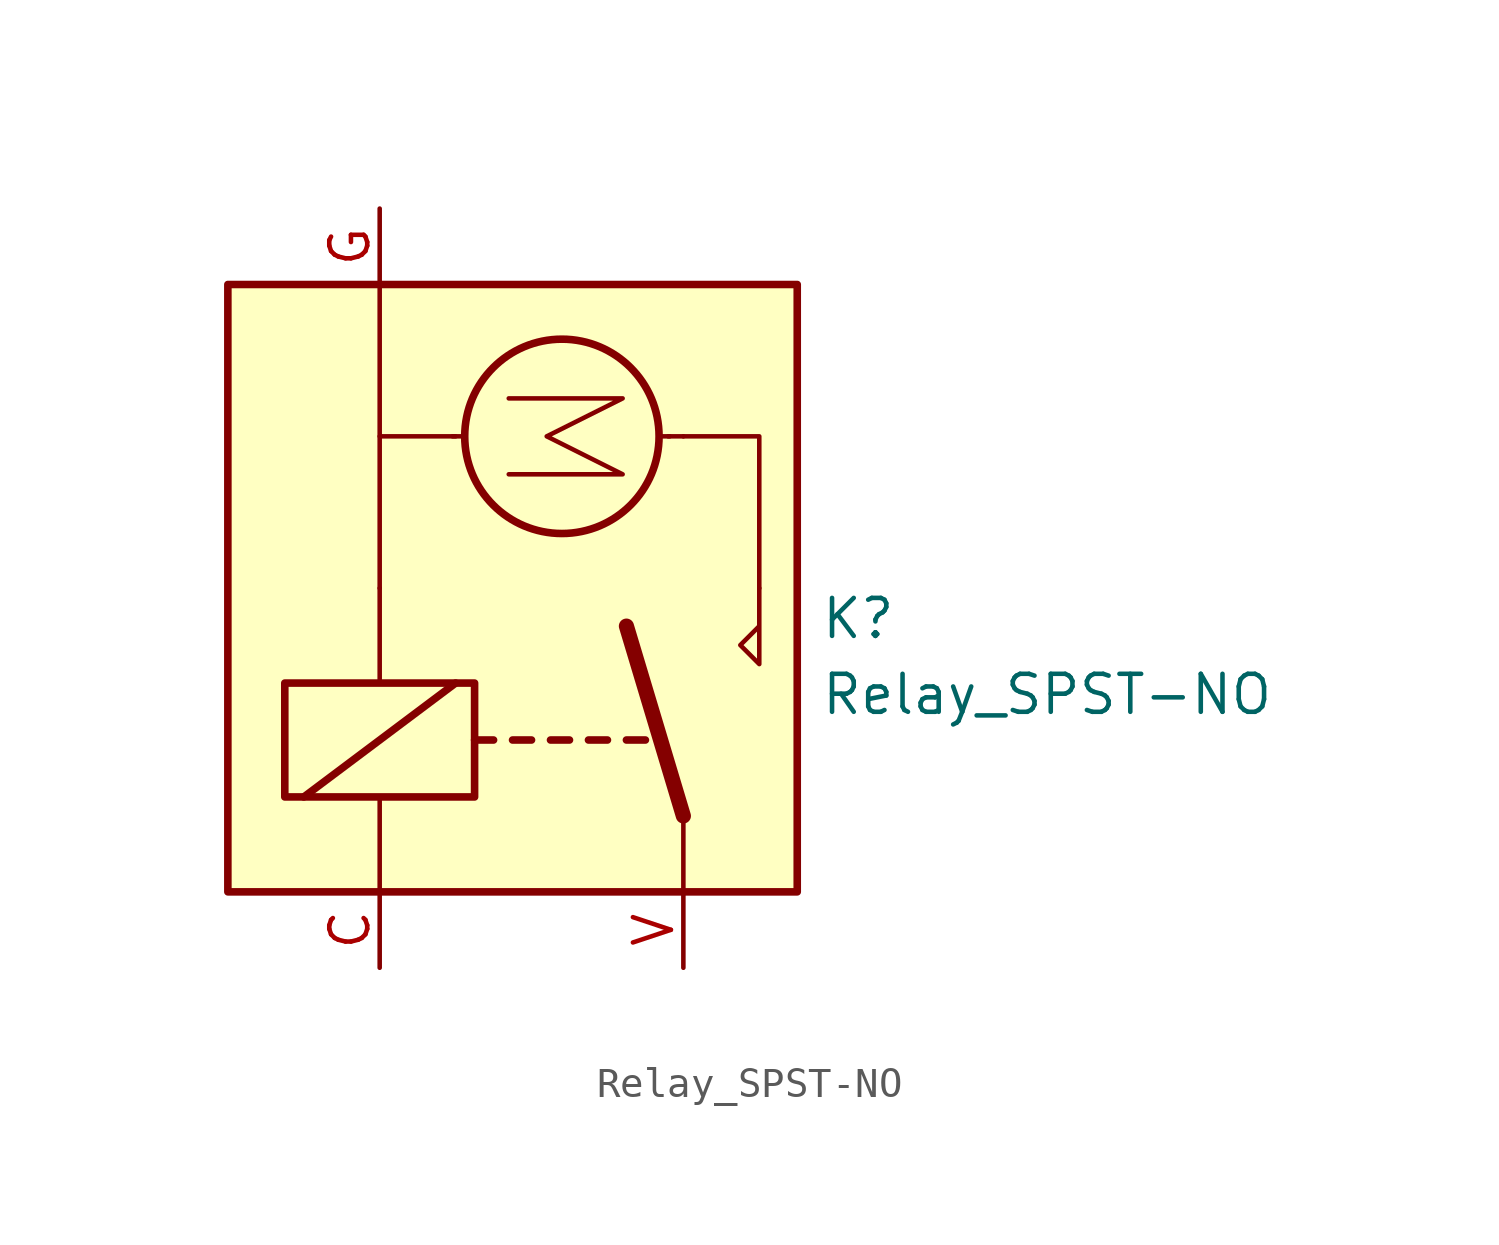
<source format=kicad_sym>
(kicad_symbol_lib
  (version 20241209)
  (generator "kicad_symbol_editor")
  (generator_version "9.0")
  (symbol "Relay_SPST-NO"
    (property "Reference" "K"
      (at 9.652 4.064 0)
      (effects (font (size 1.27 1.27)) (justify left)))
    (property "Value" "Relay_SPST-NO"
      (at 9.652 1.524 0)
      (effects (font (size 1.27 1.27)) (justify left)))
    (symbol "Relay_SPST-NO_0_0"
      (polyline (pts (xy -0.762 11.43) (xy 3.048 11.43) (xy 0.508 10.16) (xy 3.048 8.89) (xy -0.762 8.89)) (stroke (width 0) (type default)) (fill (type none)))
      (polyline (pts (xy 7.62 5.08) (xy 7.62 2.54) (xy 6.985 3.175) (xy 7.62 3.81)) (stroke (width 0) (type default)) (fill (type none))))
    (symbol "Relay_SPST-NO_0_1"
      (rectangle (start -10.16 15.24) (end 8.89 -5.08) (stroke (width 0.254) (type default)) (fill (type background)))
      (rectangle (start -8.255 1.905) (end -1.905 -1.905) (stroke (width 0.254) (type default)) (fill (type none)))
      (polyline (pts (xy -7.62 -1.905) (xy -2.54 1.905)) (stroke (width 0.254) (type default)) (fill (type none)))
      (polyline (pts (xy -5.08 5.08) (xy -5.08 15.24)) (stroke (width 0) (type default)) (fill (type none)))
      (polyline (pts (xy -5.08 5.08) (xy -5.08 1.905)) (stroke (width 0) (type default)) (fill (type none)))
      (polyline (pts (xy -5.08 -5.08) (xy -5.08 -1.905)) (stroke (width 0) (type default)) (fill (type none)))
      (polyline (pts (xy -2.54 10.16) (xy -5.08 10.16)) (stroke (width 0) (type default)) (fill (type none)))
      (polyline (pts (xy -2.235 10.16) (xy -2.642 10.16)) (stroke (width 0) (type default)) (fill (type none)))
      (polyline (pts (xy -1.905 0) (xy -1.27 0)) (stroke (width 0.254) (type default)) (fill (type none)))
      (polyline (pts (xy -0.635 0) (xy 0 0)) (stroke (width 0.254) (type default)) (fill (type none)))
      (polyline (pts (xy 0.635 0) (xy 1.27 0)) (stroke (width 0.254) (type default)) (fill (type none)))
      (circle (center 1.016 10.16) (radius 3.251) (stroke (width 0.254) (type default)) (fill (type none)))
      (polyline (pts (xy 1.905 0) (xy 2.54 0)) (stroke (width 0.254) (type default)) (fill (type none)))
      (polyline (pts (xy 3.175 0) (xy 3.81 0)) (stroke (width 0.254) (type default)) (fill (type none)))
      (polyline (pts (xy 4.267 10.16) (xy 4.623 10.16)) (stroke (width 0) (type default)) (fill (type none)))
      (polyline (pts (xy 4.572 10.16) (xy 5.08 10.16)) (stroke (width 0) (type default)) (fill (type none)))
      (polyline (pts (xy 5.08 -2.54) (xy 3.175 3.81)) (stroke (width 0.508) (type default)) (fill (type none)))
      (polyline (pts (xy 5.08 -2.54) (xy 5.08 -5.08)) (stroke (width 0) (type default)) (fill (type none)))
      (polyline (pts (xy 7.62 5.08) (xy 7.62 10.16) (xy 5.08 10.16)) (stroke (width 0) (type default)) (fill (type none))))
    (symbol "Relay_SPST-NO_1_1"
      (pin passive line (at -5.08 17.78 270) (length 2.54) (name "~" (effects (font (size 1.27 1.27)))) (number "G" (effects (font (size 1.27 1.27)))))
      (pin passive line (at -5.08 -7.62 90) (length 2.54) (name "" (effects (font (size 1.27 1.27)))) (number "C" (effects (font (size 1.27 1.27)))))
      (pin passive line (at 5.08 -7.62 90) (length 2.54) (name "~" (effects (font (size 1.27 1.27)))) (number "V" (effects (font (size 1.27 1.27))))))))
</source>
